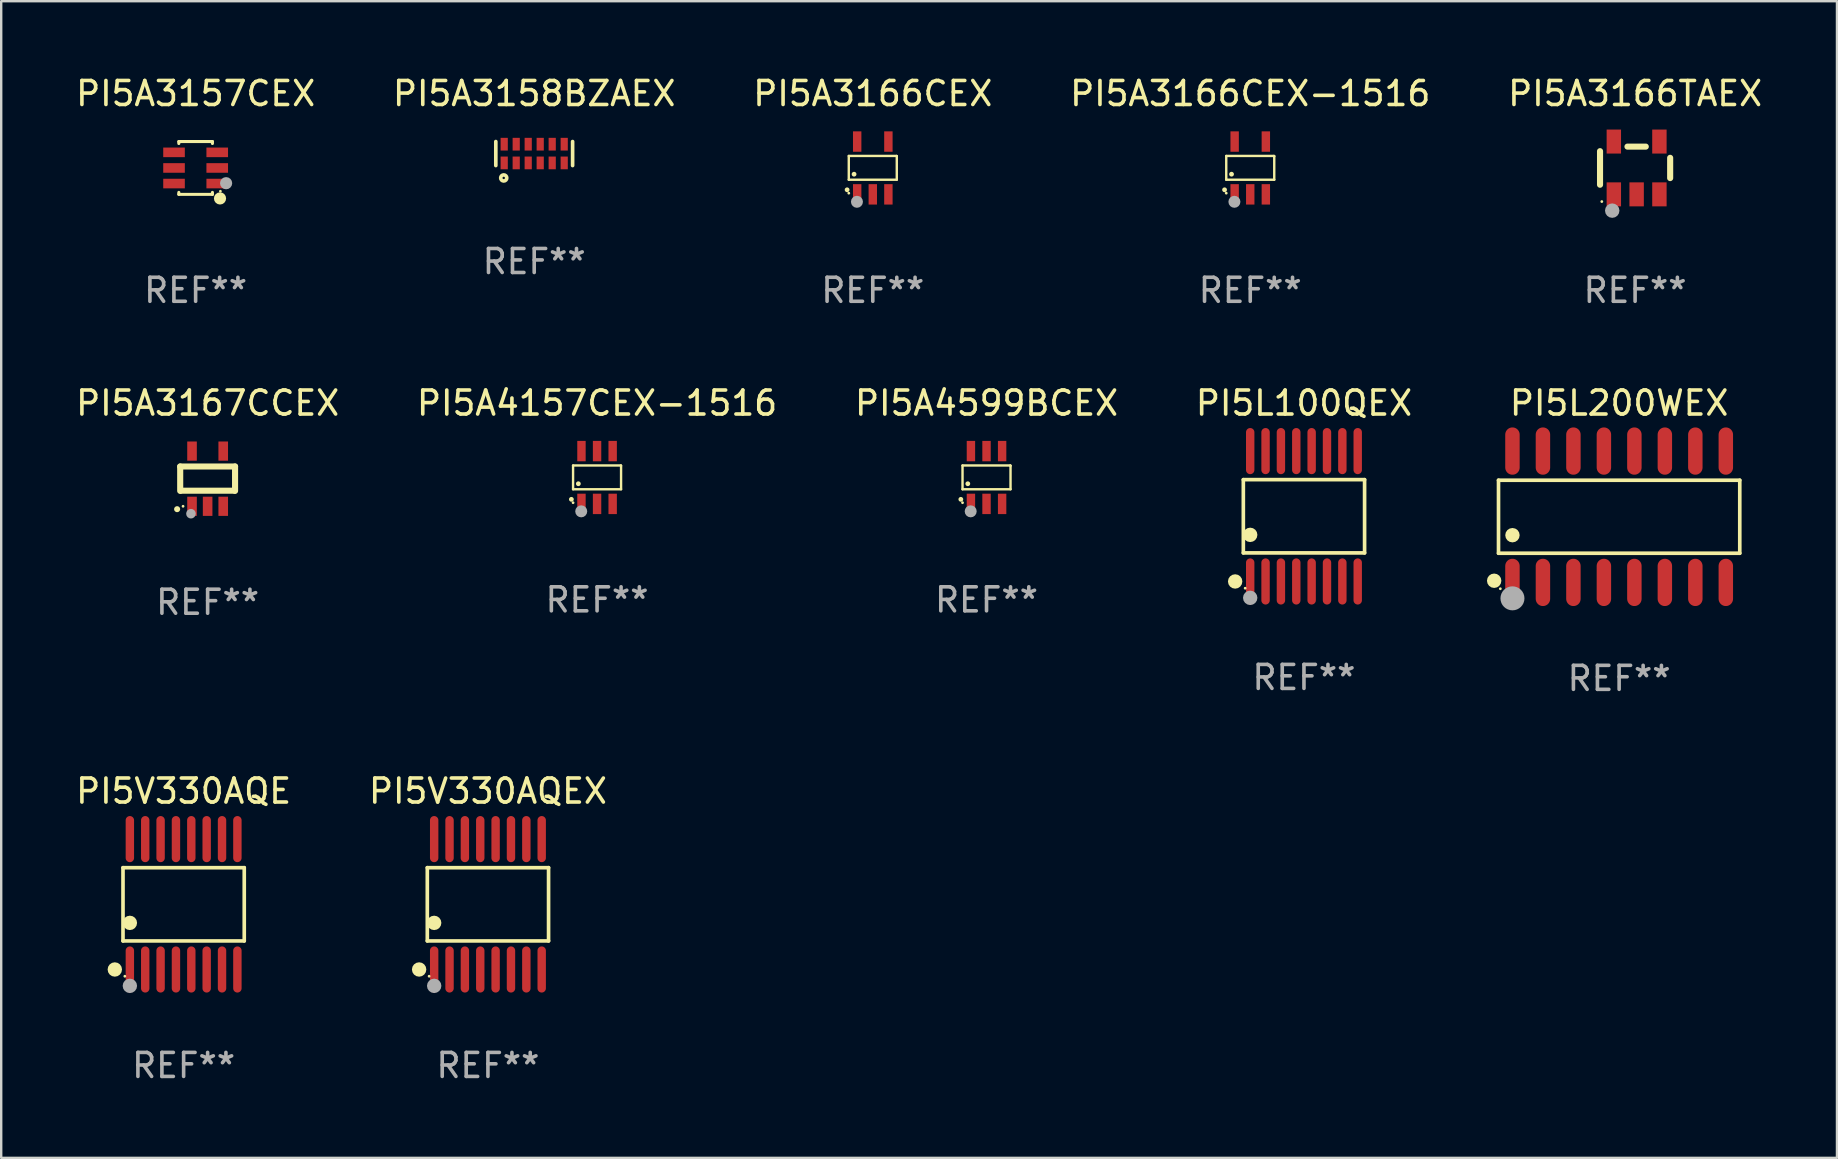
<source format=kicad_pcb>
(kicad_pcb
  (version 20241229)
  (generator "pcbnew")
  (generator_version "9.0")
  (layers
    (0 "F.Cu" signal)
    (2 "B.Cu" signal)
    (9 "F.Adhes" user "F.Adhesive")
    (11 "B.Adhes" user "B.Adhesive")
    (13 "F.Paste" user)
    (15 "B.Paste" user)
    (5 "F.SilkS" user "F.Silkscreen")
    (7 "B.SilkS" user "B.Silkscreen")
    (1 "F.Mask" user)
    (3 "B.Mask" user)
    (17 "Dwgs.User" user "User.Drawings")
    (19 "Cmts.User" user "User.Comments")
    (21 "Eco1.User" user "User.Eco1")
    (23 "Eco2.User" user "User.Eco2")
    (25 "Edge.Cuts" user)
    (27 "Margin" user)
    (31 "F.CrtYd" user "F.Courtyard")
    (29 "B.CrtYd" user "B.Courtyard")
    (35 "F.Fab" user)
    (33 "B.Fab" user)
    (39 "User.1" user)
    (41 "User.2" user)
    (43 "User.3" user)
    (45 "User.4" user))
  (footprint "PI5A3166TAEX"
    (layer "F.Cu")
    (at 65.077 3.948)
    (property "Reference" "PI5A3166TAEX" (at 0 -3.1 0) (layer "F.SilkS") (effects (font (size 1 1) (thickness 0.15))))
    (attr through_hole)
    (fp_line (start -1.461 -0.699) (end -1.461 0.699) (stroke (width 0.254) (type solid)) (layer "F.SilkS"))
    (fp_line (start -0.318 -0.889) (end 0.445 -0.889) (stroke (width 0.254) (type solid)) (layer "F.SilkS"))
    (fp_line (start 1.461 -0.422) (end 1.461 0.422) (stroke (width 0.254) (type solid)) (layer "F.SilkS"))
    (fp_circle (center -1.387 1.4) (end -1.357 1.4) (stroke (width 0.06) (type solid)) (fill no) (layer "F.SilkS"))
    (fp_circle (center -0.953 1.778) (end -0.802 1.778) (stroke (width 0.3) (type solid)) (fill no) (layer "F.Fab"))
    (fp_text user "REF**" (at 0 5.1 0) (layer "F.Fab") (effects (font (size 1 1) (thickness 0.15))))
    (pad "1" smd rect (at -0.886 1.1) (size 0.6 1) (layers "F.Cu" "F.Mask" "F.Paste"))
    (pad "2" smd rect (at 0.064 1.1) (size 0.6 1) (layers "F.Cu" "F.Mask" "F.Paste"))
    (pad "3" smd rect (at 1.013 1.1) (size 0.6 1) (layers "F.Cu" "F.Mask" "F.Paste"))
    (pad "4" smd rect (at 1.013 -1.1) (size 0.6 1) (layers "F.Cu" "F.Mask" "F.Paste"))
    (pad "5" smd rect (at -0.886 -1.1) (size 0.6 1) (layers "F.Cu" "F.Mask" "F.Paste")))
  (footprint "PI5A4599BCEX"
    (layer "F.Cu")
    (at 38.054 16.845)
    (property "Reference" "PI5A4599BCEX" (at 0 -3.1 0) (layer "F.SilkS") (effects (font (size 1 1) (thickness 0.15))))
    (attr through_hole)
    (fp_line (start -1 -0.5) (end -1 0.49) (stroke (width 0.1) (type solid)) (layer "F.SilkS"))
    (fp_line (start -1 0.49) (end 1 0.49) (stroke (width 0.1) (type solid)) (layer "F.SilkS"))
    (fp_line (start 0.99 -0.5) (end -1 -0.5) (stroke (width 0.1) (type solid)) (layer "F.SilkS"))
    (fp_line (start 1 -0.49) (end 0.99 -0.5) (stroke (width 0.1) (type solid)) (layer "F.SilkS"))
    (fp_line (start 1 0.49) (end 1 -0.49) (stroke (width 0.1) (type solid)) (layer "F.SilkS"))
    (fp_circle (center -1.07 0.91) (end -1.02 0.91) (stroke (width 0.1) (type solid)) (fill no) (layer "F.SilkS"))
    (fp_circle (center -1 1.05) (end -0.97 1.05) (stroke (width 0.06) (type solid)) (fill no) (layer "F.SilkS"))
    (fp_circle (center -0.78 0.26) (end -0.73 0.26) (stroke (width 0.1) (type solid)) (fill no) (layer "F.SilkS"))
    (fp_circle (center -0.66 1.41) (end -0.535 1.41) (stroke (width 0.25) (type solid)) (fill no) (layer "F.Fab"))
    (fp_text user "REF**" (at 0 5.1 0) (layer "F.Fab") (effects (font (size 1 1) (thickness 0.15))))
    (pad "1" smd rect (at -0.65 1.1) (size 0.35 0.85) (layers "F.Cu" "F.Mask" "F.Paste"))
    (pad "2" smd rect (at 0 1.1) (size 0.35 0.85) (layers "F.Cu" "F.Mask" "F.Paste"))
    (pad "3" smd rect (at 0.65 1.1) (size 0.35 0.85) (layers "F.Cu" "F.Mask" "F.Paste"))
    (pad "4" smd rect (at 0.65 -1.1) (size 0.35 0.85) (layers "F.Cu" "F.Mask" "F.Paste"))
    (pad "5" smd rect (at 0 -1.1) (size 0.35 0.85) (layers "F.Cu" "F.Mask" "F.Paste"))
    (pad "6" smd rect (at -0.65 -1.1) (size 0.35 0.85) (layers "F.Cu" "F.Mask" "F.Paste")))
  (footprint "PI5A3167CCEX"
    (layer "F.Cu")
    (at 5.601 16.895)
    (property "Reference" "PI5A3167CCEX" (at 0 -3.15 0) (layer "F.SilkS") (effects (font (size 1 1) (thickness 0.15))))
    (attr through_hole)
    (fp_line (start -1.143 -0.508) (end -1.143 0.508) (stroke (width 0.254) (type solid)) (layer "F.SilkS"))
    (fp_line (start -1.1 0.5) (end 1.1 0.5) (stroke (width 0.254) (type solid)) (layer "F.SilkS"))
    (fp_line (start 1.143 -0.508) (end -1.143 -0.508) (stroke (width 0.254) (type solid)) (layer "F.SilkS"))
    (fp_line (start 1.143 0.508) (end 1.143 -0.508) (stroke (width 0.254) (type solid)) (layer "F.SilkS"))
    (fp_arc (start -1.272543 1.26999) (mid -1.271273 1.269983) (end -1.270003 1.26999) (stroke (width 0.24892) (type solid)) (layer "F.SilkS"))
    (fp_circle (center -1.024 1.149) (end -0.994 1.149) (stroke (width 0.06) (type solid)) (fill no) (layer "F.SilkS"))
    (fp_circle (center -0.695 1.459) (end -0.595 1.459) (stroke (width 0.2) (type solid)) (fill no) (layer "F.Fab"))
    (fp_text user "REF**" (at 0 5.15 0) (layer "F.Fab") (effects (font (size 1 1) (thickness 0.15))))
    (pad "1" smd rect (at -0.65 1.15) (size 0.4 0.8) (layers "F.Cu" "F.Mask" "F.Paste"))
    (pad "2" smd rect (at 0 1.15) (size 0.4 0.8) (layers "F.Cu" "F.Mask" "F.Paste"))
    (pad "3" smd rect (at 0.65 1.15) (size 0.4 0.8) (layers "F.Cu" "F.Mask" "F.Paste"))
    (pad "4" smd rect (at 0.65 -1.15) (size 0.4 0.8) (layers "F.Cu" "F.Mask" "F.Paste"))
    (pad "5" smd rect (at -0.65 -1.15) (size 0.4 0.8) (layers "F.Cu" "F.Mask" "F.Paste")))
  (footprint "PI5V330AQEX"
    (layer "F.Cu")
    (at 17.28 34.628)
    (property "Reference" "PI5V330AQEX" (at 0 -4.716 0) (layer "F.SilkS") (effects (font (size 1 1) (thickness 0.15))))
    (attr through_hole)
    (fp_line (start -2.526 -1.526) (end 2.526 -1.526) (stroke (width 0.152) (type solid)) (layer "F.SilkS"))
    (fp_line (start -2.526 1.526) (end -2.526 -1.526) (stroke (width 0.152) (type solid)) (layer "F.SilkS"))
    (fp_line (start 2.526 -1.526) (end 2.526 1.526) (stroke (width 0.152) (type solid)) (layer "F.SilkS"))
    (fp_line (start 2.526 1.526) (end -2.526 1.526) (stroke (width 0.152) (type solid)) (layer "F.SilkS"))
    (fp_circle (center -2.867 2.716) (end -2.717 2.716) (stroke (width 0.3) (type solid)) (fill no) (layer "F.SilkS"))
    (fp_circle (center -2.45 2.997) (end -2.42 2.997) (stroke (width 0.06) (type solid)) (fill no) (layer "F.SilkS"))
    (fp_circle (center -2.24 0.774) (end -2.09 0.774) (stroke (width 0.3) (type solid)) (fill no) (layer "F.SilkS"))
    (fp_circle (center -2.24 3.398) (end -2.09 3.398) (stroke (width 0.3) (type solid)) (fill no) (layer "F.Fab"))
    (fp_text user "REF**" (at 0 6.716 0) (layer "F.Fab") (effects (font (size 1 1) (thickness 0.15))))
    (pad "1" smd oval (at -2.24 2.716) (size 0.35 1.922) (layers "F.Cu" "F.Mask" "F.Paste"))
    (pad "2" smd oval (at -1.6 2.716) (size 0.35 1.922) (layers "F.Cu" "F.Mask" "F.Paste"))
    (pad "3" smd oval (at -0.96 2.716) (size 0.35 1.922) (layers "F.Cu" "F.Mask" "F.Paste"))
    (pad "4" smd oval (at -0.32 2.716) (size 0.35 1.922) (layers "F.Cu" "F.Mask" "F.Paste"))
    (pad "5" smd oval (at 0.32 2.716) (size 0.35 1.922) (layers "F.Cu" "F.Mask" "F.Paste"))
    (pad "6" smd oval (at 0.96 2.716) (size 0.35 1.922) (layers "F.Cu" "F.Mask" "F.Paste"))
    (pad "7" smd oval (at 1.6 2.716) (size 0.35 1.922) (layers "F.Cu" "F.Mask" "F.Paste"))
    (pad "8" smd oval (at 2.24 2.716) (size 0.35 1.922) (layers "F.Cu" "F.Mask" "F.Paste"))
    (pad "9" smd oval (at 2.24 -2.716) (size 0.35 1.922) (layers "F.Cu" "F.Mask" "F.Paste"))
    (pad "10" smd oval (at 1.6 -2.716) (size 0.35 1.922) (layers "F.Cu" "F.Mask" "F.Paste"))
    (pad "11" smd oval (at 0.96 -2.716) (size 0.35 1.922) (layers "F.Cu" "F.Mask" "F.Paste"))
    (pad "12" smd oval (at 0.32 -2.716) (size 0.35 1.922) (layers "F.Cu" "F.Mask" "F.Paste"))
    (pad "13" smd oval (at -0.32 -2.716) (size 0.35 1.922) (layers "F.Cu" "F.Mask" "F.Paste"))
    (pad "14" smd oval (at -0.96 -2.716) (size 0.35 1.922) (layers "F.Cu" "F.Mask" "F.Paste"))
    (pad "15" smd oval (at -1.6 -2.716) (size 0.35 1.922) (layers "F.Cu" "F.Mask" "F.Paste"))
    (pad "16" smd oval (at -2.24 -2.716) (size 0.35 1.922) (layers "F.Cu" "F.Mask" "F.Paste")))
  (footprint "PI5A3158BZAEX"
    (layer "F.Cu")
    (at 19.208 3.348)
    (property "Reference" "PI5A3158BZAEX" (at 0 -2.5 0) (layer "F.SilkS") (effects (font (size 1 1) (thickness 0.15))))
    (attr through_hole)
    (fp_line (start -1.6 -0.5) (end -1.6 0.5) (stroke (width 0.152) (type solid)) (layer "F.SilkS"))
    (fp_line (start 1.6 0.5) (end 1.6 -0.5) (stroke (width 0.152) (type solid)) (layer "F.SilkS"))
    (fp_circle (center -1.27 1.016) (end -1.143 1.016) (stroke (width 0.152) (type solid)) (fill no) (layer "F.SilkS"))
    (fp_text user "REF**" (at 0 4.5 0) (layer "F.Fab") (effects (font (size 1 1) (thickness 0.15))))
    (pad "1" smd rect (at -1.25 0.39) (size 0.3 0.53) (layers "F.Cu" "F.Mask" "F.Paste"))
    (pad "2" smd rect (at -0.75 0.39) (size 0.3 0.53) (layers "F.Cu" "F.Mask" "F.Paste"))
    (pad "3" smd rect (at -0.25 0.39) (size 0.3 0.53) (layers "F.Cu" "F.Mask" "F.Paste"))
    (pad "4" smd rect (at 0.25 0.39) (size 0.3 0.53) (layers "F.Cu" "F.Mask" "F.Paste"))
    (pad "5" smd rect (at 0.75 0.39) (size 0.3 0.53) (layers "F.Cu" "F.Mask" "F.Paste"))
    (pad "6" smd rect (at 1.25 0.39) (size 0.3 0.53) (layers "F.Cu" "F.Mask" "F.Paste"))
    (pad "7" smd rect (at 1.25 -0.39) (size 0.3 0.53) (layers "F.Cu" "F.Mask" "F.Paste"))
    (pad "8" smd rect (at 0.75 -0.39) (size 0.3 0.53) (layers "F.Cu" "F.Mask" "F.Paste"))
    (pad "9" smd rect (at 0.25 -0.39) (size 0.3 0.53) (layers "F.Cu" "F.Mask" "F.Paste"))
    (pad "10" smd rect (at -0.25 -0.39) (size 0.3 0.53) (layers "F.Cu" "F.Mask" "F.Paste"))
    (pad "11" smd rect (at -0.75 -0.39) (size 0.3 0.53) (layers "F.Cu" "F.Mask" "F.Paste"))
    (pad "12" smd rect (at -1.25 -0.39) (size 0.3 0.53) (layers "F.Cu" "F.Mask" "F.Paste")))
  (footprint "PI5A3166CEX-1516"
    (layer "F.Cu")
    (at 49.042 3.948)
    (property "Reference" "PI5A3166CEX-1516" (at 0 -3.1 0) (layer "F.SilkS") (effects (font (size 1 1) (thickness 0.15))))
    (attr through_hole)
    (fp_line (start -1 -0.5) (end -1 0.49) (stroke (width 0.1) (type solid)) (layer "F.SilkS"))
    (fp_line (start -1 0.49) (end 1 0.49) (stroke (width 0.1) (type solid)) (layer "F.SilkS"))
    (fp_line (start 0.99 -0.5) (end -1 -0.5) (stroke (width 0.1) (type solid)) (layer "F.SilkS"))
    (fp_line (start 1 -0.49) (end 0.99 -0.5) (stroke (width 0.1) (type solid)) (layer "F.SilkS"))
    (fp_line (start 1 0.49) (end 1 -0.49) (stroke (width 0.1) (type solid)) (layer "F.SilkS"))
    (fp_circle (center -1.07 0.91) (end -1.02 0.91) (stroke (width 0.1) (type solid)) (fill no) (layer "F.SilkS"))
    (fp_circle (center -1 1.05) (end -0.97 1.05) (stroke (width 0.06) (type solid)) (fill no) (layer "F.SilkS"))
    (fp_circle (center -0.78 0.26) (end -0.73 0.26) (stroke (width 0.1) (type solid)) (fill no) (layer "F.SilkS"))
    (fp_circle (center -0.66 1.41) (end -0.535 1.41) (stroke (width 0.25) (type solid)) (fill no) (layer "F.Fab"))
    (fp_text user "REF**" (at 0 5.1 0) (layer "F.Fab") (effects (font (size 1 1) (thickness 0.15))))
    (pad "1" smd rect (at -0.65 1.1) (size 0.35 0.85) (layers "F.Cu" "F.Mask" "F.Paste"))
    (pad "2" smd rect (at 0.000051 1.1) (size 0.35 0.85) (layers "F.Cu" "F.Mask" "F.Paste"))
    (pad "3" smd rect (at 0.65 1.1) (size 0.35 0.85) (layers "F.Cu" "F.Mask" "F.Paste"))
    (pad "4" smd rect (at 0.65 -1.1) (size 0.35 0.85) (layers "F.Cu" "F.Mask" "F.Paste"))
    (pad "5" smd rect (at -0.65 -1.1) (size 0.35 0.85) (layers "F.Cu" "F.Mask" "F.Paste")))
  (footprint "PI5V330AQE"
    (layer "F.Cu")
    (at 4.601 34.628)
    (property "Reference" "PI5V330AQE" (at 0 -4.716 0) (layer "F.SilkS") (effects (font (size 1 1) (thickness 0.15))))
    (attr through_hole)
    (fp_line (start -2.526 -1.526) (end 2.526 -1.526) (stroke (width 0.152) (type solid)) (layer "F.SilkS"))
    (fp_line (start -2.526 1.526) (end -2.526 -1.526) (stroke (width 0.152) (type solid)) (layer "F.SilkS"))
    (fp_line (start 2.526 -1.526) (end 2.526 1.526) (stroke (width 0.152) (type solid)) (layer "F.SilkS"))
    (fp_line (start 2.526 1.526) (end -2.526 1.526) (stroke (width 0.152) (type solid)) (layer "F.SilkS"))
    (fp_circle (center -2.867 2.716) (end -2.717 2.716) (stroke (width 0.3) (type solid)) (fill no) (layer "F.SilkS"))
    (fp_circle (center -2.45 2.997) (end -2.42 2.997) (stroke (width 0.06) (type solid)) (fill no) (layer "F.SilkS"))
    (fp_circle (center -2.24 0.774) (end -2.09 0.774) (stroke (width 0.3) (type solid)) (fill no) (layer "F.SilkS"))
    (fp_circle (center -2.24 3.398) (end -2.09 3.398) (stroke (width 0.3) (type solid)) (fill no) (layer "F.Fab"))
    (fp_text user "REF**" (at 0 6.716 0) (layer "F.Fab") (effects (font (size 1 1) (thickness 0.15))))
    (pad "1" smd oval (at -2.24 2.716) (size 0.35 1.922) (layers "F.Cu" "F.Mask" "F.Paste"))
    (pad "2" smd oval (at -1.6 2.716) (size 0.35 1.922) (layers "F.Cu" "F.Mask" "F.Paste"))
    (pad "3" smd oval (at -0.96 2.716) (size 0.35 1.922) (layers "F.Cu" "F.Mask" "F.Paste"))
    (pad "4" smd oval (at -0.32 2.716) (size 0.35 1.922) (layers "F.Cu" "F.Mask" "F.Paste"))
    (pad "5" smd oval (at 0.32 2.716) (size 0.35 1.922) (layers "F.Cu" "F.Mask" "F.Paste"))
    (pad "6" smd oval (at 0.96 2.716) (size 0.35 1.922) (layers "F.Cu" "F.Mask" "F.Paste"))
    (pad "7" smd oval (at 1.6 2.716) (size 0.35 1.922) (layers "F.Cu" "F.Mask" "F.Paste"))
    (pad "8" smd oval (at 2.24 2.716) (size 0.35 1.922) (layers "F.Cu" "F.Mask" "F.Paste"))
    (pad "9" smd oval (at 2.24 -2.716) (size 0.35 1.922) (layers "F.Cu" "F.Mask" "F.Paste"))
    (pad "10" smd oval (at 1.6 -2.716) (size 0.35 1.922) (layers "F.Cu" "F.Mask" "F.Paste"))
    (pad "11" smd oval (at 0.96 -2.716) (size 0.35 1.922) (layers "F.Cu" "F.Mask" "F.Paste"))
    (pad "12" smd oval (at 0.32 -2.716) (size 0.35 1.922) (layers "F.Cu" "F.Mask" "F.Paste"))
    (pad "13" smd oval (at -0.32 -2.716) (size 0.35 1.922) (layers "F.Cu" "F.Mask" "F.Paste"))
    (pad "14" smd oval (at -0.96 -2.716) (size 0.35 1.922) (layers "F.Cu" "F.Mask" "F.Paste"))
    (pad "15" smd oval (at -1.6 -2.716) (size 0.35 1.922) (layers "F.Cu" "F.Mask" "F.Paste"))
    (pad "16" smd oval (at -2.24 -2.716) (size 0.35 1.922) (layers "F.Cu" "F.Mask" "F.Paste")))
  (footprint "PI5L100QEX"
    (layer "F.Cu")
    (at 51.28 18.461)
    (property "Reference" "PI5L100QEX" (at 0 -4.716 0) (layer "F.SilkS") (effects (font (size 1 1) (thickness 0.15))))
    (attr through_hole)
    (fp_line (start -2.526 -1.526) (end 2.526 -1.526) (stroke (width 0.152) (type solid)) (layer "F.SilkS"))
    (fp_line (start -2.526 1.526) (end -2.526 -1.526) (stroke (width 0.152) (type solid)) (layer "F.SilkS"))
    (fp_line (start 2.526 -1.526) (end 2.526 1.526) (stroke (width 0.152) (type solid)) (layer "F.SilkS"))
    (fp_line (start 2.526 1.526) (end -2.526 1.526) (stroke (width 0.152) (type solid)) (layer "F.SilkS"))
    (fp_circle (center -2.867 2.716) (end -2.717 2.716) (stroke (width 0.3) (type solid)) (fill no) (layer "F.SilkS"))
    (fp_circle (center -2.45 2.997) (end -2.42 2.997) (stroke (width 0.06) (type solid)) (fill no) (layer "F.SilkS"))
    (fp_circle (center -2.24 0.774) (end -2.09 0.774) (stroke (width 0.3) (type solid)) (fill no) (layer "F.SilkS"))
    (fp_circle (center -2.24 3.398) (end -2.09 3.398) (stroke (width 0.3) (type solid)) (fill no) (layer "F.Fab"))
    (fp_text user "REF**" (at 0 6.716 0) (layer "F.Fab") (effects (font (size 1 1) (thickness 0.15))))
    (pad "1" smd oval (at -2.24 2.716) (size 0.35 1.922) (layers "F.Cu" "F.Mask" "F.Paste"))
    (pad "2" smd oval (at -1.6 2.716) (size 0.35 1.922) (layers "F.Cu" "F.Mask" "F.Paste"))
    (pad "3" smd oval (at -0.96 2.716) (size 0.35 1.922) (layers "F.Cu" "F.Mask" "F.Paste"))
    (pad "4" smd oval (at -0.32 2.716) (size 0.35 1.922) (layers "F.Cu" "F.Mask" "F.Paste"))
    (pad "5" smd oval (at 0.32 2.716) (size 0.35 1.922) (layers "F.Cu" "F.Mask" "F.Paste"))
    (pad "6" smd oval (at 0.96 2.716) (size 0.35 1.922) (layers "F.Cu" "F.Mask" "F.Paste"))
    (pad "7" smd oval (at 1.6 2.716) (size 0.35 1.922) (layers "F.Cu" "F.Mask" "F.Paste"))
    (pad "8" smd oval (at 2.24 2.716) (size 0.35 1.922) (layers "F.Cu" "F.Mask" "F.Paste"))
    (pad "9" smd oval (at 2.24 -2.716) (size 0.35 1.922) (layers "F.Cu" "F.Mask" "F.Paste"))
    (pad "10" smd oval (at 1.6 -2.716) (size 0.35 1.922) (layers "F.Cu" "F.Mask" "F.Paste"))
    (pad "11" smd oval (at 0.96 -2.716) (size 0.35 1.922) (layers "F.Cu" "F.Mask" "F.Paste"))
    (pad "12" smd oval (at 0.32 -2.716) (size 0.35 1.922) (layers "F.Cu" "F.Mask" "F.Paste"))
    (pad "13" smd oval (at -0.32 -2.716) (size 0.35 1.922) (layers "F.Cu" "F.Mask" "F.Paste"))
    (pad "14" smd oval (at -0.96 -2.716) (size 0.35 1.922) (layers "F.Cu" "F.Mask" "F.Paste"))
    (pad "15" smd oval (at -1.6 -2.716) (size 0.35 1.922) (layers "F.Cu" "F.Mask" "F.Paste"))
    (pad "16" smd oval (at -2.24 -2.716) (size 0.35 1.922) (layers "F.Cu" "F.Mask" "F.Paste")))
  (footprint "PI5A3157CEX"
    (layer "F.Cu")
    (at 5.101 3.948)
    (property "Reference" "PI5A3157CEX" (at 0 -3.1 0) (layer "F.SilkS") (effects (font (size 1 1) (thickness 0.15))))
    (attr through_hole)
    (fp_line (start -0.7 -1.018) (end -0.7 -1.1) (stroke (width 0.127) (type solid)) (layer "F.SilkS"))
    (fp_line (start -0.7 1.1) (end -0.7 1.018) (stroke (width 0.127) (type solid)) (layer "F.SilkS"))
    (fp_line (start 0.7 -1.1) (end -0.7 -1.1) (stroke (width 0.127) (type solid)) (layer "F.SilkS"))
    (fp_line (start 0.7 -1.018) (end 0.7 -1.1) (stroke (width 0.127) (type solid)) (layer "F.SilkS"))
    (fp_line (start 0.7 1.1) (end -0.7 1.1) (stroke (width 0.127) (type solid)) (layer "F.SilkS"))
    (fp_line (start 0.7 1.1) (end 0.7 1.018) (stroke (width 0.127) (type solid)) (layer "F.SilkS"))
    (fp_circle (center 1.016 1.27) (end 1.143 1.27) (stroke (width 0.254) (type solid)) (fill no) (layer "F.SilkS"))
    (fp_circle (center 1.032 0.97) (end 1.062 0.97) (stroke (width 0.06) (type solid)) (fill no) (layer "F.SilkS"))
    (fp_circle (center 1.27 0.635) (end 1.397 0.635) (stroke (width 0.254) (type solid)) (fill no) (layer "F.Fab"))
    (fp_text user "REF**" (at 0 5.1 0) (layer "F.Fab") (effects (font (size 1 1) (thickness 0.15))))
    (pad "1" smd rect (at 0.9 0.65 90) (size 0.4 0.9) (layers "F.Cu" "F.Mask" "F.Paste"))
    (pad "2" smd rect (at 0.9 -0.000102 90) (size 0.4 0.9) (layers "F.Cu" "F.Mask" "F.Paste"))
    (pad "3" smd rect (at 0.9 -0.65 90) (size 0.4 0.9) (layers "F.Cu" "F.Mask" "F.Paste"))
    (pad "4" smd rect (at -0.9 -0.65 90) (size 0.4 0.9) (layers "F.Cu" "F.Mask" "F.Paste"))
    (pad "5" smd rect (at -0.9 -0.000102 90) (size 0.4 0.9) (layers "F.Cu" "F.Mask" "F.Paste"))
    (pad "6" smd rect (at -0.9 0.65 90) (size 0.4 0.9) (layers "F.Cu" "F.Mask" "F.Paste")))
  (footprint "PI5L200WEX"
    (layer "F.Cu")
    (at 64.412 18.48)
    (property "Reference" "PI5L200WEX" (at 0 -4.736 0) (layer "F.SilkS") (effects (font (size 1 1) (thickness 0.15))))
    (attr through_hole)
    (fp_line (start -5.026 -1.521) (end 5.026 -1.521) (stroke (width 0.152) (type solid)) (layer "F.SilkS"))
    (fp_line (start -5.026 1.521) (end -5.026 -1.521) (stroke (width 0.152) (type solid)) (layer "F.SilkS"))
    (fp_line (start 5.026 -1.521) (end 5.026 1.521) (stroke (width 0.152) (type solid)) (layer "F.SilkS"))
    (fp_line (start 5.026 1.521) (end -5.026 1.521) (stroke (width 0.152) (type solid)) (layer "F.SilkS"))
    (fp_circle (center -5.207 2.667) (end -5.057 2.667) (stroke (width 0.3) (type solid)) (fill no) (layer "F.SilkS"))
    (fp_circle (center -4.95 3) (end -4.92 3) (stroke (width 0.06) (type solid)) (fill no) (layer "F.SilkS"))
    (fp_circle (center -4.445 0.769) (end -4.295 0.769) (stroke (width 0.3) (type solid)) (fill no) (layer "F.SilkS"))
    (fp_circle (center -4.445 3.4) (end -4.195 3.4) (stroke (width 0.5) (type solid)) (fill no) (layer "F.Fab"))
    (fp_text user "REF**" (at 0 6.736 0) (layer "F.Fab") (effects (font (size 1 1) (thickness 0.15))))
    (pad "1" smd oval (at -4.445 2.736) (size 0.602 1.971) (layers "F.Cu" "F.Mask" "F.Paste"))
    (pad "2" smd oval (at -3.175 2.736) (size 0.602 1.971) (layers "F.Cu" "F.Mask" "F.Paste"))
    (pad "3" smd oval (at -1.905 2.736) (size 0.602 1.971) (layers "F.Cu" "F.Mask" "F.Paste"))
    (pad "4" smd oval (at -0.635 2.736) (size 0.602 1.971) (layers "F.Cu" "F.Mask" "F.Paste"))
    (pad "5" smd oval (at 0.635 2.736) (size 0.602 1.971) (layers "F.Cu" "F.Mask" "F.Paste"))
    (pad "6" smd oval (at 1.905 2.736) (size 0.602 1.971) (layers "F.Cu" "F.Mask" "F.Paste"))
    (pad "7" smd oval (at 3.175 2.736) (size 0.602 1.971) (layers "F.Cu" "F.Mask" "F.Paste"))
    (pad "8" smd oval (at 4.445 2.736) (size 0.602 1.971) (layers "F.Cu" "F.Mask" "F.Paste"))
    (pad "9" smd oval (at 4.445 -2.736) (size 0.602 1.971) (layers "F.Cu" "F.Mask" "F.Paste"))
    (pad "10" smd oval (at 3.175 -2.736) (size 0.602 1.971) (layers "F.Cu" "F.Mask" "F.Paste"))
    (pad "11" smd oval (at 1.905 -2.736) (size 0.602 1.971) (layers "F.Cu" "F.Mask" "F.Paste"))
    (pad "12" smd oval (at 0.635 -2.736) (size 0.602 1.971) (layers "F.Cu" "F.Mask" "F.Paste"))
    (pad "13" smd oval (at -0.635 -2.736) (size 0.602 1.971) (layers "F.Cu" "F.Mask" "F.Paste"))
    (pad "14" smd oval (at -1.905 -2.736) (size 0.602 1.971) (layers "F.Cu" "F.Mask" "F.Paste"))
    (pad "15" smd oval (at -3.175 -2.736) (size 0.602 1.971) (layers "F.Cu" "F.Mask" "F.Paste"))
    (pad "16" smd oval (at -4.445 -2.736) (size 0.602 1.971) (layers "F.Cu" "F.Mask" "F.Paste")))
  (footprint "PI5A4157CEX-1516"
    (layer "F.Cu")
    (at 21.827 16.845)
    (property "Reference" "PI5A4157CEX-1516" (at 0 -3.1 0) (layer "F.SilkS") (effects (font (size 1 1) (thickness 0.15))))
    (attr through_hole)
    (fp_line (start -1 -0.5) (end -1 0.49) (stroke (width 0.1) (type solid)) (layer "F.SilkS"))
    (fp_line (start -1 0.49) (end 1 0.49) (stroke (width 0.1) (type solid)) (layer "F.SilkS"))
    (fp_line (start 0.99 -0.5) (end -1 -0.5) (stroke (width 0.1) (type solid)) (layer "F.SilkS"))
    (fp_line (start 1 -0.49) (end 0.99 -0.5) (stroke (width 0.1) (type solid)) (layer "F.SilkS"))
    (fp_line (start 1 0.49) (end 1 -0.49) (stroke (width 0.1) (type solid)) (layer "F.SilkS"))
    (fp_circle (center -1.07 0.91) (end -1.02 0.91) (stroke (width 0.1) (type solid)) (fill no) (layer "F.SilkS"))
    (fp_circle (center -1 1.05) (end -0.97 1.05) (stroke (width 0.06) (type solid)) (fill no) (layer "F.SilkS"))
    (fp_circle (center -0.78 0.26) (end -0.73 0.26) (stroke (width 0.1) (type solid)) (fill no) (layer "F.SilkS"))
    (fp_circle (center -0.66 1.41) (end -0.535 1.41) (stroke (width 0.25) (type solid)) (fill no) (layer "F.Fab"))
    (fp_text user "REF**" (at 0 5.1 0) (layer "F.Fab") (effects (font (size 1 1) (thickness 0.15))))
    (pad "1" smd rect (at -0.65 1.1) (size 0.35 0.85) (layers "F.Cu" "F.Mask" "F.Paste"))
    (pad "2" smd rect (at 0 1.1) (size 0.35 0.85) (layers "F.Cu" "F.Mask" "F.Paste"))
    (pad "3" smd rect (at 0.65 1.1) (size 0.35 0.85) (layers "F.Cu" "F.Mask" "F.Paste"))
    (pad "4" smd rect (at 0.65 -1.1) (size 0.35 0.85) (layers "F.Cu" "F.Mask" "F.Paste"))
    (pad "5" smd rect (at 0 -1.1) (size 0.35 0.85) (layers "F.Cu" "F.Mask" "F.Paste"))
    (pad "6" smd rect (at -0.65 -1.1) (size 0.35 0.85) (layers "F.Cu" "F.Mask" "F.Paste")))
  (footprint "PI5A3166CEX"
    (layer "F.Cu")
    (at 33.315 3.948)
    (property "Reference" "PI5A3166CEX" (at 0 -3.1 0) (layer "F.SilkS") (effects (font (size 1 1) (thickness 0.15))))
    (attr through_hole)
    (fp_line (start -1 -0.5) (end -1 0.49) (stroke (width 0.1) (type solid)) (layer "F.SilkS"))
    (fp_line (start -1 0.49) (end 1 0.49) (stroke (width 0.1) (type solid)) (layer "F.SilkS"))
    (fp_line (start 0.99 -0.5) (end -1 -0.5) (stroke (width 0.1) (type solid)) (layer "F.SilkS"))
    (fp_line (start 1 -0.49) (end 0.99 -0.5) (stroke (width 0.1) (type solid)) (layer "F.SilkS"))
    (fp_line (start 1 0.49) (end 1 -0.49) (stroke (width 0.1) (type solid)) (layer "F.SilkS"))
    (fp_circle (center -1.07 0.91) (end -1.02 0.91) (stroke (width 0.1) (type solid)) (fill no) (layer "F.SilkS"))
    (fp_circle (center -1 1.05) (end -0.97 1.05) (stroke (width 0.06) (type solid)) (fill no) (layer "F.SilkS"))
    (fp_circle (center -0.78 0.26) (end -0.73 0.26) (stroke (width 0.1) (type solid)) (fill no) (layer "F.SilkS"))
    (fp_circle (center -0.66 1.41) (end -0.535 1.41) (stroke (width 0.25) (type solid)) (fill no) (layer "F.Fab"))
    (fp_text user "REF**" (at 0 5.1 0) (layer "F.Fab") (effects (font (size 1 1) (thickness 0.15))))
    (pad "1" smd rect (at -0.65 1.1) (size 0.35 0.85) (layers "F.Cu" "F.Mask" "F.Paste"))
    (pad "2" smd rect (at 0.000051 1.1) (size 0.35 0.85) (layers "F.Cu" "F.Mask" "F.Paste"))
    (pad "3" smd rect (at 0.65 1.1) (size 0.35 0.85) (layers "F.Cu" "F.Mask" "F.Paste"))
    (pad "4" smd rect (at 0.65 -1.1) (size 0.35 0.85) (layers "F.Cu" "F.Mask" "F.Paste"))
    (pad "5" smd rect (at -0.65 -1.1) (size 0.35 0.85) (layers "F.Cu" "F.Mask" "F.Paste")))
  (gr_rect
    (start -3 -3)
    (end 73.488 45.192)
    (stroke (width 0.1) (type default))
    (fill no)
    (layer "Edge.Cuts")))
</source>
